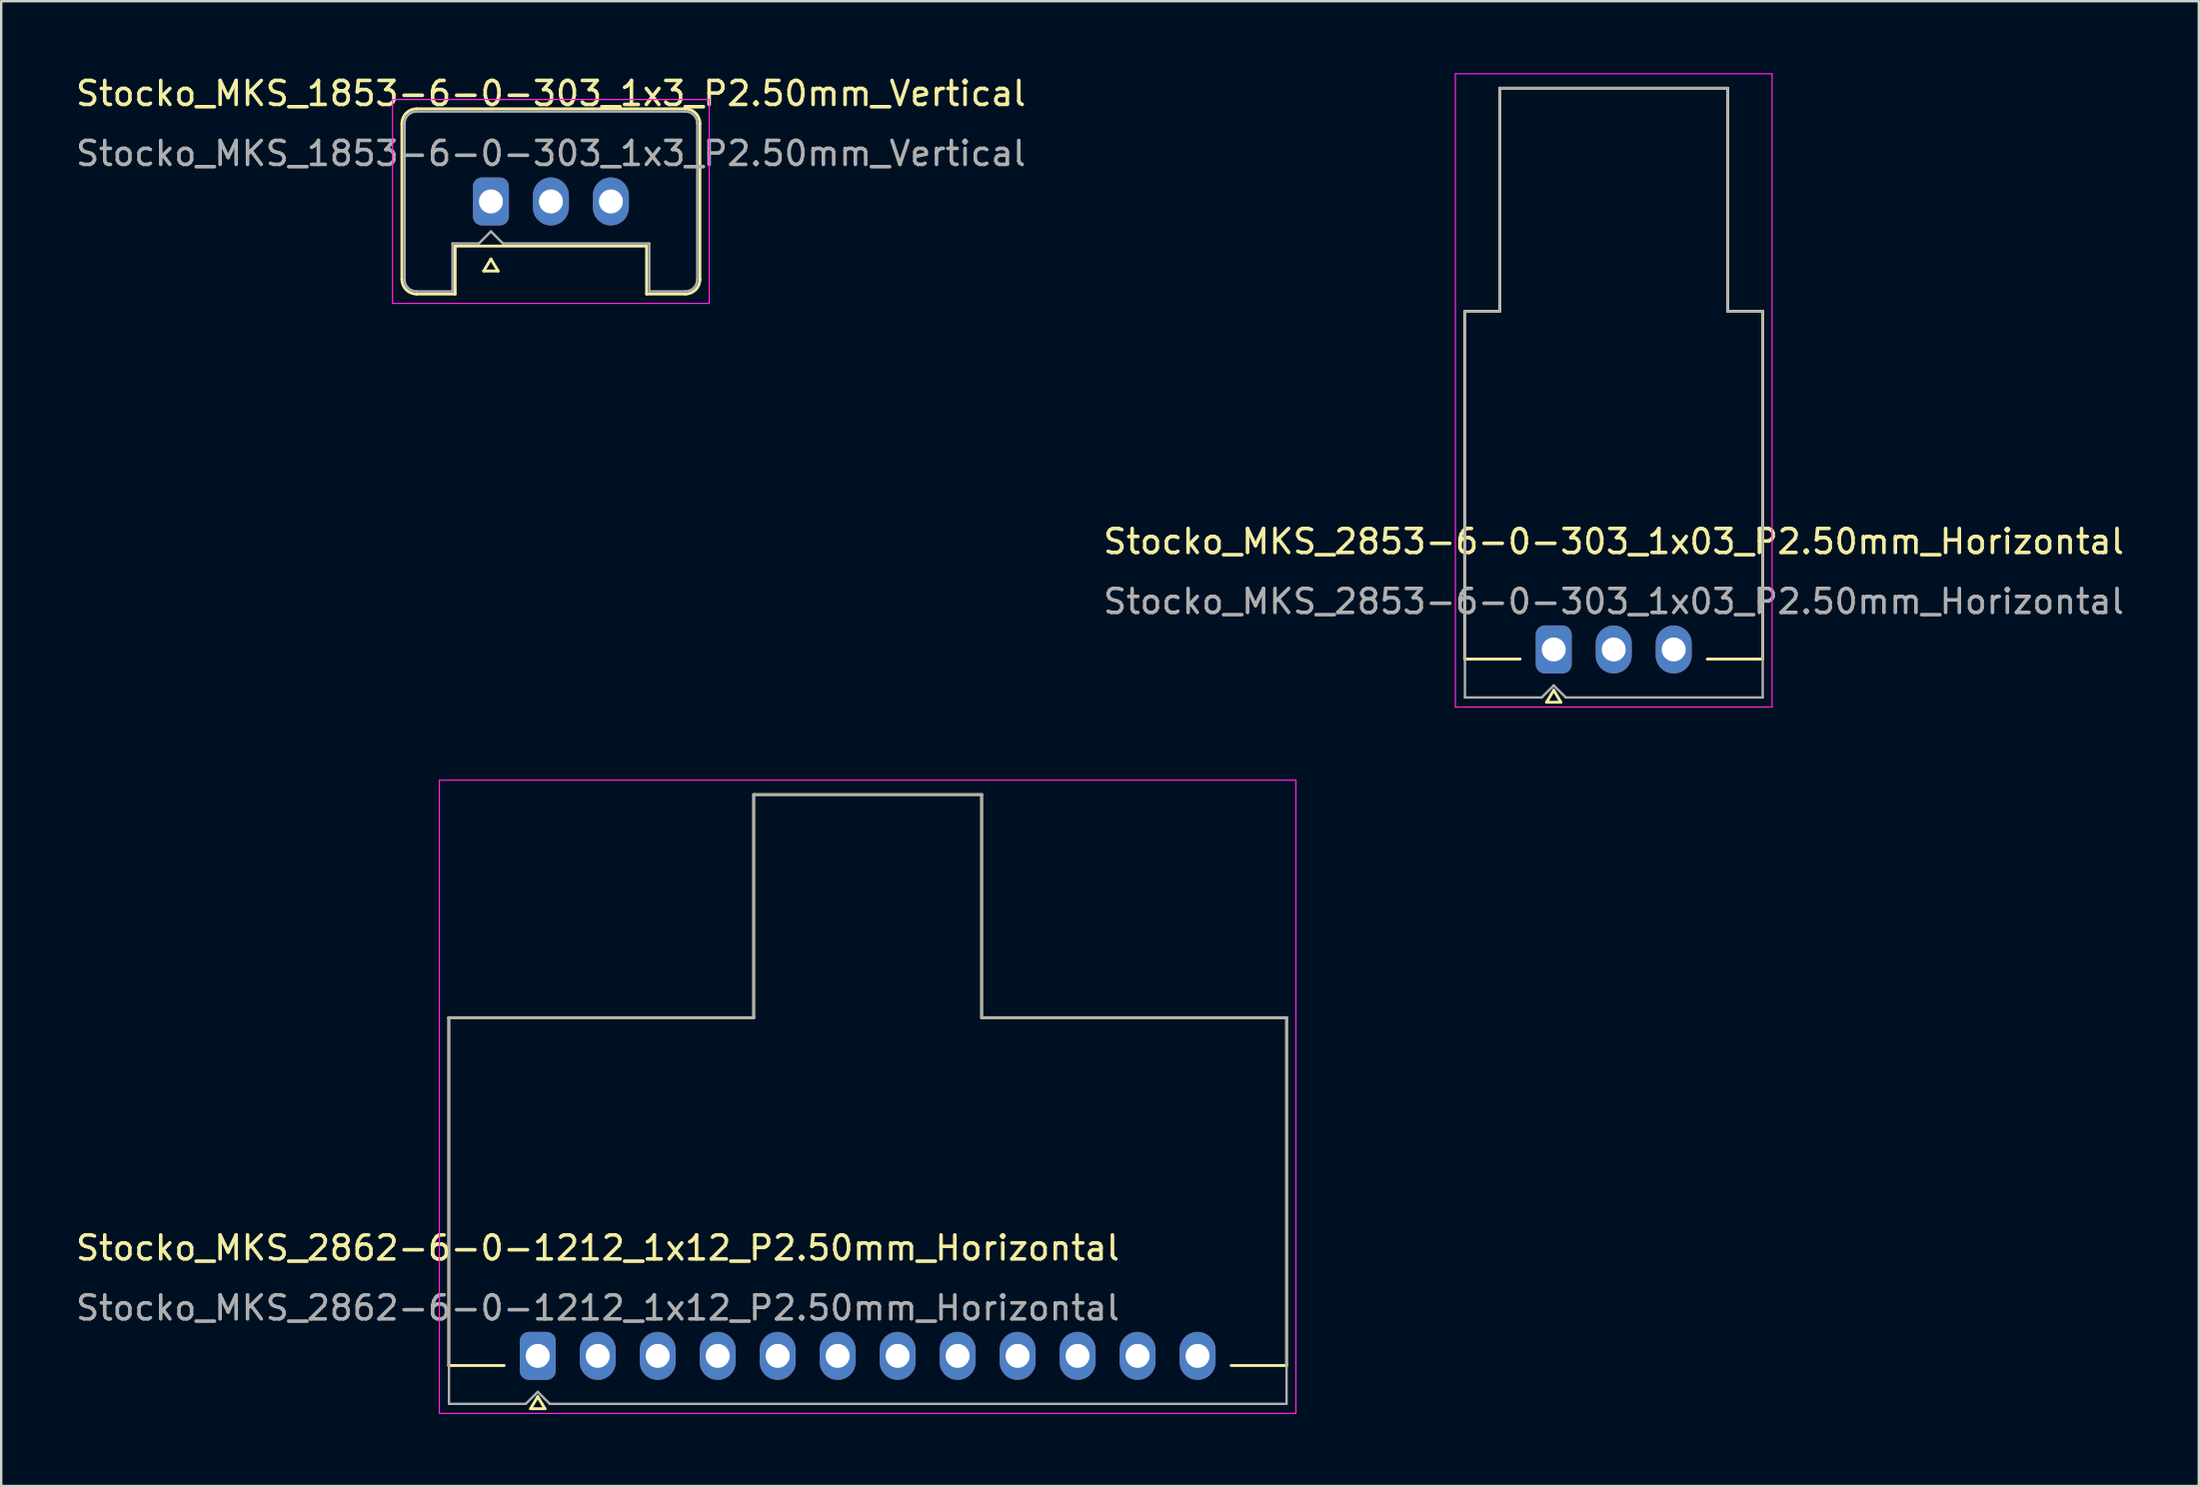
<source format=kicad_pcb>
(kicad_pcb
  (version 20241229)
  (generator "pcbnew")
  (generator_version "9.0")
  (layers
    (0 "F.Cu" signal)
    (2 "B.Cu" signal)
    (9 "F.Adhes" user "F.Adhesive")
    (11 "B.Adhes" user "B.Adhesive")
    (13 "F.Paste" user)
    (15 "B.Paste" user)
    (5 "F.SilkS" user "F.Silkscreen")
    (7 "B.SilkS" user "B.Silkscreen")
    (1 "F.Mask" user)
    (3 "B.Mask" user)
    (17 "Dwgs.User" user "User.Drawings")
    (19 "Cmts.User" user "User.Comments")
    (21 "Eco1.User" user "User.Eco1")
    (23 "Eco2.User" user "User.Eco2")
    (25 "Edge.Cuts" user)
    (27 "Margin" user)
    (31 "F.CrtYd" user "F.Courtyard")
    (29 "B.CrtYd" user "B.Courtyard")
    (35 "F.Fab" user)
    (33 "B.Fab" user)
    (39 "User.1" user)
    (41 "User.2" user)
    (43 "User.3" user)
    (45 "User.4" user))
  (footprint "Stocko_MKS_2853-6-0-303_1x03_P2.50mm_Horizontal"
    (layer "F.Cu")
    (at 61.708 24.025)
    (property "Reference" "Stocko_MKS_2853-6-0-303_1x03_P2.50mm_Horizontal" (at 2.5 -4.5 0) (layer "F.SilkS") (effects (font (size 1 1) (thickness 0.15))))
    (attr through_hole)
    (fp_line (start -3.71 -14.1) (end -3.71 0.4) (stroke (width 0.12) (type solid)) (layer "F.SilkS"))
    (fp_line (start -3.71 -14.1) (end -2.25 -14.1) (stroke (width 0.12) (type solid)) (layer "F.SilkS"))
    (fp_line (start -3.71 0.4) (end -1.4 0.4) (stroke (width 0.12) (type solid)) (layer "F.SilkS"))
    (fp_line (start -2.25 -23.4) (end -2.25 -14.1) (stroke (width 0.12) (type solid)) (layer "F.SilkS"))
    (fp_line (start -2.25 -23.4) (end 7.25 -23.4) (stroke (width 0.12) (type solid)) (layer "F.SilkS"))
    (fp_line (start -0.3 2.2) (end 0.3 2.2) (stroke (width 0.12) (type solid)) (layer "F.SilkS"))
    (fp_line (start 0 1.7) (end -0.3 2.2) (stroke (width 0.12) (type solid)) (layer "F.SilkS"))
    (fp_line (start 0.3 2.2) (end 0 1.7) (stroke (width 0.12) (type solid)) (layer "F.SilkS"))
    (fp_line (start 7.25 -23.4) (end 7.25 -14.1) (stroke (width 0.12) (type solid)) (layer "F.SilkS"))
    (fp_line (start 8.71 -14.1) (end 7.25 -14.1) (stroke (width 0.12) (type solid)) (layer "F.SilkS"))
    (fp_line (start 8.71 -14.1) (end 8.71 0.4) (stroke (width 0.12) (type solid)) (layer "F.SilkS"))
    (fp_line (start 8.71 0.4) (end 6.4 0.4) (stroke (width 0.12) (type solid)) (layer "F.SilkS"))
    (fp_line (start -4.1 2.4) (end -4.1 -24) (stroke (width 0.05) (type solid)) (layer "F.CrtYd"))
    (fp_line (start -4.1 2.4) (end 9.1 2.4) (stroke (width 0.05) (type solid)) (layer "F.CrtYd"))
    (fp_line (start 9.1 -24) (end -4.1 -24) (stroke (width 0.05) (type solid)) (layer "F.CrtYd"))
    (fp_line (start 9.1 2.4) (end 9.1 -24) (stroke (width 0.05) (type solid)) (layer "F.CrtYd"))
    (fp_line (start -3.7 2) (end -3.7 -14.1) (stroke (width 0.1) (type solid)) (layer "F.Fab"))
    (fp_line (start -3.7 2) (end -0.5 2) (stroke (width 0.1) (type solid)) (layer "F.Fab"))
    (fp_line (start -2.25 -23.4) (end 7.25 -23.4) (stroke (width 0.1) (type solid)) (layer "F.Fab"))
    (fp_line (start -2.25 -14.1) (end -3.71 -14.1) (stroke (width 0.1) (type solid)) (layer "F.Fab"))
    (fp_line (start -2.25 -14.1) (end -2.25 -23.4) (stroke (width 0.1) (type solid)) (layer "F.Fab"))
    (fp_line (start -0.5 2) (end 0 1.5) (stroke (width 0.1) (type solid)) (layer "F.Fab"))
    (fp_line (start 0 1.5) (end 0.5 2) (stroke (width 0.1) (type solid)) (layer "F.Fab"))
    (fp_line (start 0.5 2) (end 8.71 2) (stroke (width 0.1) (type solid)) (layer "F.Fab"))
    (fp_line (start 7.25 -14.1) (end 7.25 -23.4) (stroke (width 0.1) (type solid)) (layer "F.Fab"))
    (fp_line (start 7.25 -14.1) (end 8.71 -14.1) (stroke (width 0.1) (type solid)) (layer "F.Fab"))
    (fp_line (start 8.71 2) (end 8.71 -14.1) (stroke (width 0.1) (type solid)) (layer "F.Fab"))
    (fp_text user "${REFERENCE}" (at 2.5 -2 0) (layer "F.Fab") (effects (font (size 1 1) (thickness 0.15))))
    (pad "1" thru_hole roundrect (at 0 0) (size 1.5 2) (drill 1) (layers "*.Cu" "*.Mask") (roundrect_rratio 0.25))
    (pad "2" thru_hole oval (at 2.5 0) (size 1.5 2) (drill 1) (layers "*.Cu" "*.Mask"))
    (pad "3" thru_hole oval (at 5 0) (size 1.5 2) (drill 1) (layers "*.Cu" "*.Mask")))
  (footprint "Stocko_MKS_2862-6-0-1212_1x12_P2.50mm_Horizontal"
    (layer "F.Cu")
    (at 19.363 53.475)
    (property "Reference" "Stocko_MKS_2862-6-0-1212_1x12_P2.50mm_Horizontal" (at 2.5 -4.5 0) (layer "F.SilkS") (effects (font (size 1 1) (thickness 0.15))))
    (attr through_hole)
    (fp_line (start -3.71 -14.1) (end -3.71 0.4) (stroke (width 0.12) (type solid)) (layer "F.SilkS"))
    (fp_line (start -3.71 -14.1) (end 9 -14.1) (stroke (width 0.12) (type solid)) (layer "F.SilkS"))
    (fp_line (start -3.71 0.4) (end -1.4 0.4) (stroke (width 0.12) (type solid)) (layer "F.SilkS"))
    (fp_line (start -0.3 2.2) (end 0.3 2.2) (stroke (width 0.12) (type solid)) (layer "F.SilkS"))
    (fp_line (start 0 1.7) (end -0.3 2.2) (stroke (width 0.12) (type solid)) (layer "F.SilkS"))
    (fp_line (start 0.3 2.2) (end 0 1.7) (stroke (width 0.12) (type solid)) (layer "F.SilkS"))
    (fp_line (start 9 -23.4) (end 9 -14.1) (stroke (width 0.12) (type solid)) (layer "F.SilkS"))
    (fp_line (start 9 -23.4) (end 18.5 -23.4) (stroke (width 0.12) (type solid)) (layer "F.SilkS"))
    (fp_line (start 18.5 -23.4) (end 18.5 -14.1) (stroke (width 0.12) (type solid)) (layer "F.SilkS"))
    (fp_line (start 31.21 -14.1) (end 18.5 -14.1) (stroke (width 0.12) (type solid)) (layer "F.SilkS"))
    (fp_line (start 31.21 -14.1) (end 31.21 0.4) (stroke (width 0.12) (type solid)) (layer "F.SilkS"))
    (fp_line (start 31.21 0.4) (end 28.9 0.4) (stroke (width 0.12) (type solid)) (layer "F.SilkS"))
    (fp_line (start -4.1 2.4) (end -4.1 -24) (stroke (width 0.05) (type solid)) (layer "F.CrtYd"))
    (fp_line (start -4.1 2.4) (end 31.6 2.4) (stroke (width 0.05) (type solid)) (layer "F.CrtYd"))
    (fp_line (start 31.6 -24) (end -4.1 -24) (stroke (width 0.05) (type solid)) (layer "F.CrtYd"))
    (fp_line (start 31.6 2.4) (end 31.6 -24) (stroke (width 0.05) (type solid)) (layer "F.CrtYd"))
    (fp_line (start -3.7 2) (end -3.7 -14.1) (stroke (width 0.1) (type solid)) (layer "F.Fab"))
    (fp_line (start -3.7 2) (end -0.5 2) (stroke (width 0.1) (type solid)) (layer "F.Fab"))
    (fp_line (start -0.5 2) (end 0 1.5) (stroke (width 0.1) (type solid)) (layer "F.Fab"))
    (fp_line (start 0 1.5) (end 0.5 2) (stroke (width 0.1) (type solid)) (layer "F.Fab"))
    (fp_line (start 0.5 2) (end 31.21 2) (stroke (width 0.1) (type solid)) (layer "F.Fab"))
    (fp_line (start 9 -23.4) (end 18.5 -23.4) (stroke (width 0.1) (type solid)) (layer "F.Fab"))
    (fp_line (start 9 -14.1) (end -3.71 -14.1) (stroke (width 0.1) (type solid)) (layer "F.Fab"))
    (fp_line (start 9 -14.1) (end 9 -23.4) (stroke (width 0.1) (type solid)) (layer "F.Fab"))
    (fp_line (start 18.5 -14.1) (end 18.5 -23.4) (stroke (width 0.1) (type solid)) (layer "F.Fab"))
    (fp_line (start 18.5 -14.1) (end 31.21 -14.1) (stroke (width 0.1) (type solid)) (layer "F.Fab"))
    (fp_line (start 31.21 2) (end 31.21 -14.1) (stroke (width 0.1) (type solid)) (layer "F.Fab"))
    (fp_text user "${REFERENCE}" (at 2.5 -2 0) (layer "F.Fab") (effects (font (size 1 1) (thickness 0.15))))
    (pad "1" thru_hole roundrect (at 0 0) (size 1.5 2) (drill 1) (layers "*.Cu" "*.Mask") (roundrect_rratio 0.25))
    (pad "2" thru_hole oval (at 2.5 0) (size 1.5 2) (drill 1) (layers "*.Cu" "*.Mask"))
    (pad "3" thru_hole oval (at 5 0) (size 1.5 2) (drill 1) (layers "*.Cu" "*.Mask"))
    (pad "4" thru_hole oval (at 7.5 0) (size 1.5 2) (drill 1) (layers "*.Cu" "*.Mask"))
    (pad "5" thru_hole oval (at 10 0) (size 1.5 2) (drill 1) (layers "*.Cu" "*.Mask"))
    (pad "6" thru_hole oval (at 12.5 0) (size 1.5 2) (drill 1) (layers "*.Cu" "*.Mask"))
    (pad "7" thru_hole oval (at 15 0) (size 1.5 2) (drill 1) (layers "*.Cu" "*.Mask"))
    (pad "8" thru_hole oval (at 17.5 0) (size 1.5 2) (drill 1) (layers "*.Cu" "*.Mask"))
    (pad "9" thru_hole oval (at 20 0) (size 1.5 2) (drill 1) (layers "*.Cu" "*.Mask"))
    (pad "10" thru_hole oval (at 22.5 0) (size 1.5 2) (drill 1) (layers "*.Cu" "*.Mask"))
    (pad "11" thru_hole oval (at 25 0) (size 1.5 2) (drill 1) (layers "*.Cu" "*.Mask"))
    (pad "12" thru_hole oval (at 27.5 0) (size 1.5 2) (drill 1) (layers "*.Cu" "*.Mask")))
  (footprint "Stocko_MKS_1853-6-0-303_1x3_P2.50mm_Vertical"
    (layer "F.Cu")
    (at 17.411 5.348)
    (property "Reference" "Stocko_MKS_1853-6-0-303_1x3_P2.50mm_Vertical" (at 2.5 -4.5 0) (layer "F.SilkS") (effects (font (size 1 1) (thickness 0.15))))
    (attr through_hole)
    (fp_line (start -3.71 -3.25) (end -3.71 3.25) (stroke (width 0.12) (type solid)) (layer "F.SilkS"))
    (fp_line (start -3.1 -3.86) (end 8.1 -3.86) (stroke (width 0.12) (type solid)) (layer "F.SilkS"))
    (fp_line (start -3.1 3.86) (end -1.49 3.86) (stroke (width 0.12) (type solid)) (layer "F.SilkS"))
    (fp_line (start -1.49 1.86) (end 6.49 1.86) (stroke (width 0.12) (type solid)) (layer "F.SilkS"))
    (fp_line (start -1.49 3.86) (end -1.49 1.86) (stroke (width 0.12) (type solid)) (layer "F.SilkS"))
    (fp_line (start -0.3 2.9) (end 0.3 2.9) (stroke (width 0.12) (type solid)) (layer "F.SilkS"))
    (fp_line (start 0 2.4) (end -0.3 2.9) (stroke (width 0.12) (type solid)) (layer "F.SilkS"))
    (fp_line (start 0.3 2.9) (end 0 2.4) (stroke (width 0.12) (type solid)) (layer "F.SilkS"))
    (fp_line (start 6.49 3.86) (end 6.49 1.86) (stroke (width 0.12) (type solid)) (layer "F.SilkS"))
    (fp_line (start 8.1 3.86) (end 6.49 3.86) (stroke (width 0.12) (type solid)) (layer "F.SilkS"))
    (fp_line (start 8.71 -3.25) (end 8.71 3.25) (stroke (width 0.12) (type solid)) (layer "F.SilkS"))
    (fp_arc (start -3.71 -3.25) (mid -3.531335 -3.681335) (end -3.1 -3.86) (stroke (width 0.12) (type solid)) (layer "F.SilkS"))
    (fp_arc (start -3.1 3.86) (mid -3.531335 3.681335) (end -3.71 3.25) (stroke (width 0.12) (type solid)) (layer "F.SilkS"))
    (fp_arc (start 8.1 -3.86) (mid 8.531335 -3.681335) (end 8.71 -3.25) (stroke (width 0.12) (type solid)) (layer "F.SilkS"))
    (fp_arc (start 8.71 3.25) (mid 8.531335 3.681335) (end 8.1 3.86) (stroke (width 0.12) (type solid)) (layer "F.SilkS"))
    (fp_line (start -4.1 -4.25) (end -4.1 4.25) (stroke (width 0.05) (type solid)) (layer "F.CrtYd"))
    (fp_line (start -4.1 4.25) (end 9.1 4.25) (stroke (width 0.05) (type solid)) (layer "F.CrtYd"))
    (fp_line (start 9.1 -4.25) (end -4.1 -4.25) (stroke (width 0.05) (type solid)) (layer "F.CrtYd"))
    (fp_line (start 9.1 4.25) (end 9.1 -4.25) (stroke (width 0.05) (type solid)) (layer "F.CrtYd"))
    (fp_line (start -3.6 -3.25) (end -3.6 3.25) (stroke (width 0.1) (type solid)) (layer "F.Fab"))
    (fp_line (start -3.1 -3.75) (end 8.1 -3.75) (stroke (width 0.1) (type solid)) (layer "F.Fab"))
    (fp_line (start -3.1 3.75) (end -1.6 3.75) (stroke (width 0.1) (type solid)) (layer "F.Fab"))
    (fp_line (start -1.6 1.75) (end -0.5 1.75) (stroke (width 0.1) (type solid)) (layer "F.Fab"))
    (fp_line (start -1.6 3.75) (end -1.6 1.75) (stroke (width 0.1) (type solid)) (layer "F.Fab"))
    (fp_line (start -0.5 1.75) (end 0 1.25) (stroke (width 0.1) (type solid)) (layer "F.Fab"))
    (fp_line (start 0 1.25) (end 0.5 1.75) (stroke (width 0.1) (type solid)) (layer "F.Fab"))
    (fp_line (start 0.5 1.75) (end 6.6 1.75) (stroke (width 0.1) (type solid)) (layer "F.Fab"))
    (fp_line (start 6.6 3.75) (end 6.6 1.75) (stroke (width 0.1) (type solid)) (layer "F.Fab"))
    (fp_line (start 8.1 3.75) (end 6.6 3.75) (stroke (width 0.1) (type solid)) (layer "F.Fab"))
    (fp_line (start 8.6 -3.25) (end 8.6 3.25) (stroke (width 0.1) (type solid)) (layer "F.Fab"))
    (fp_arc (start -3.6 -3.25) (mid -3.453553 -3.603553) (end -3.1 -3.75) (stroke (width 0.1) (type solid)) (layer "F.Fab"))
    (fp_arc (start -3.1 3.75) (mid -3.453553 3.603553) (end -3.6 3.25) (stroke (width 0.1) (type solid)) (layer "F.Fab"))
    (fp_arc (start 8.1 -3.75) (mid 8.453553 -3.603553) (end 8.6 -3.25) (stroke (width 0.1) (type solid)) (layer "F.Fab"))
    (fp_arc (start 8.6 3.25) (mid 8.453553 3.603553) (end 8.1 3.75) (stroke (width 0.1) (type solid)) (layer "F.Fab"))
    (fp_text user "${REFERENCE}" (at 2.5 -2 0) (layer "F.Fab") (effects (font (size 1 1) (thickness 0.15))))
    (pad "1" thru_hole roundrect (at 0 0) (size 1.5 2) (drill 1) (layers "*.Cu" "*.Mask") (roundrect_rratio 0.25))
    (pad "2" thru_hole oval (at 2.5 0) (size 1.5 2) (drill 1) (layers "*.Cu" "*.Mask"))
    (pad "3" thru_hole oval (at 5 0) (size 1.5 2) (drill 1) (layers "*.Cu" "*.Mask")))
  (gr_rect
    (start -3 -3)
    (end 88.595 58.9)
    (stroke (width 0.1) (type default))
    (fill no)
    (layer "Edge.Cuts")))
</source>
